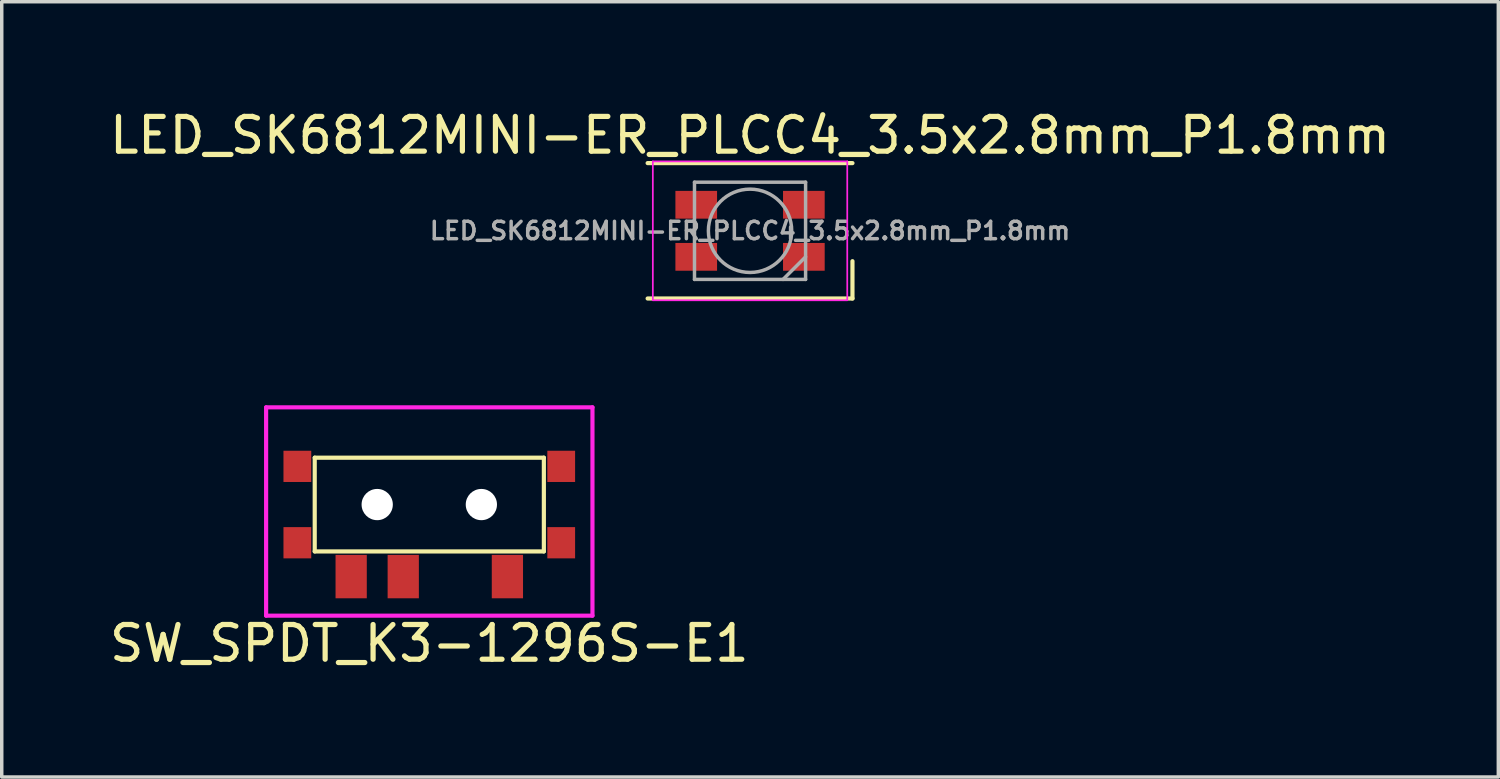
<source format=kicad_pcb>
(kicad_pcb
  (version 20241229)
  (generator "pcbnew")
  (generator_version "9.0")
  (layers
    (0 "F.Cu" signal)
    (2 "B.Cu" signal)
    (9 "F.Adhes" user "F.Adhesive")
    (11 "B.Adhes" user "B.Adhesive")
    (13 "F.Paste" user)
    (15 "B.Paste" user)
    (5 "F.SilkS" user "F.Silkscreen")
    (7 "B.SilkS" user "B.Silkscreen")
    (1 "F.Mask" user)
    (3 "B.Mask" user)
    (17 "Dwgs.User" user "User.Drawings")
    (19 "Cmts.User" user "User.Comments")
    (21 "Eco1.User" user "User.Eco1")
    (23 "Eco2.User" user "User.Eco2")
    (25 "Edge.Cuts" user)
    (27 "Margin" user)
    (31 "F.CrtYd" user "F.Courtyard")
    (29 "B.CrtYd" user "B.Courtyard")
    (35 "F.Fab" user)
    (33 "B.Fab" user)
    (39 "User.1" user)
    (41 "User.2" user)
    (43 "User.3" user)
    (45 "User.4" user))
  (footprint "SW_SPDT_K3-1296S-E1"
    (layer "F.Cu")
    (at 9.315 11.483)
    (property "Reference" "SW_SPDT_K3-1296S-E1" (at 0 4 0) (layer "F.SilkS") (effects (font (size 1 1) (thickness 0.15))))
    (attr through_hole)
    (fp_line (start -3.3 -1.35) (end 3.3 -1.35) (stroke (width 0.12) (type solid)) (layer "F.SilkS"))
    (fp_line (start -3.3 1.35) (end -3.3 -1.35) (stroke (width 0.12) (type solid)) (layer "F.SilkS"))
    (fp_line (start 3.3 -1.35) (end 3.3 1.35) (stroke (width 0.12) (type solid)) (layer "F.SilkS"))
    (fp_line (start 3.3 1.35) (end -3.3 1.35) (stroke (width 0.12) (type solid)) (layer "F.SilkS"))
    (fp_line (start -4.7 -2.8) (end 4.7 -2.8) (stroke (width 0.12) (type solid)) (layer "F.CrtYd"))
    (fp_line (start -4.7 3.2) (end -4.7 -2.8) (stroke (width 0.12) (type solid)) (layer "F.CrtYd"))
    (fp_line (start 4.7 -2.8) (end 4.7 3.2) (stroke (width 0.12) (type solid)) (layer "F.CrtYd"))
    (fp_line (start 4.7 3.2) (end -4.7 3.2) (stroke (width 0.12) (type solid)) (layer "F.CrtYd"))
    (pad "" np_thru_hole circle (at -1.5 0) (size 0.9 0.9) (drill 0.9) (layers "*.Cu" "*.Mask"))
    (pad "" np_thru_hole circle (at 1.5 0) (size 0.9 0.9) (drill 0.9) (layers "*.Cu" "*.Mask"))
    (pad "1" smd rect (at 2.25 2.075) (size 0.9 1.25) (layers "F.Cu" "F.Mask" "F.Paste"))
    (pad "2" smd rect (at -0.75 2.075) (size 0.9 1.25) (layers "F.Cu" "F.Mask" "F.Paste"))
    (pad "3" smd rect (at -2.25 2.075) (size 0.9 1.25) (layers "F.Cu" "F.Mask" "F.Paste"))
    (pad "4" smd rect (at -3.8 -1.1) (size 0.8 0.9) (layers "F.Cu" "F.Mask" "F.Paste"))
    (pad "4" smd rect (at -3.8 1.1) (size 0.8 0.9) (layers "F.Cu" "F.Mask" "F.Paste"))
    (pad "4" smd rect (at 3.8 -1.1) (size 0.8 0.9) (layers "F.Cu" "F.Mask" "F.Paste"))
    (pad "4" smd rect (at 3.8 1.1) (size 0.8 0.9) (layers "F.Cu" "F.Mask" "F.Paste")))
  (footprint "LED_SK6812MINI-ER_PLCC4_3.5x2.8mm_P1.8mm"
    (layer "F.Cu")
    (at 18.554 3.598)
    (property "Reference" "LED_SK6812MINI-ER_PLCC4_3.5x2.8mm_P1.8mm" (at 0 -2.75 0) (layer "F.SilkS") (effects (font (size 1 1) (thickness 0.15))))
    (attr smd)
    (fp_line (start -2.95 -1.95) (end 2.95 -1.95) (stroke (width 0.12) (type solid)) (layer "F.SilkS"))
    (fp_line (start -2.95 1.95) (end 2.95 1.95) (stroke (width 0.12) (type solid)) (layer "F.SilkS"))
    (fp_line (start 2.95 1.95) (end 2.95 0.875) (stroke (width 0.12) (type solid)) (layer "F.SilkS"))
    (fp_line (start -2.8 -2) (end -2.8 2) (stroke (width 0.05) (type solid)) (layer "F.CrtYd"))
    (fp_line (start -2.8 2) (end 2.8 2) (stroke (width 0.05) (type solid)) (layer "F.CrtYd"))
    (fp_line (start 2.8 -2) (end -2.8 -2) (stroke (width 0.05) (type solid)) (layer "F.CrtYd"))
    (fp_line (start 2.8 2) (end 2.8 -2) (stroke (width 0.05) (type solid)) (layer "F.CrtYd"))
    (fp_line (start -1.6 -1.4) (end -1.6 1.4) (stroke (width 0.1) (type solid)) (layer "F.Fab"))
    (fp_line (start -1.6 1.4) (end 1.6 1.4) (stroke (width 0.1) (type solid)) (layer "F.Fab"))
    (fp_line (start 1.6 -1.4) (end -1.6 -1.4) (stroke (width 0.1) (type solid)) (layer "F.Fab"))
    (fp_line (start 1.6 0.75) (end 0.95 1.4) (stroke (width 0.1) (type solid)) (layer "F.Fab"))
    (fp_line (start 1.6 1.4) (end 1.6 -1.4) (stroke (width 0.1) (type solid)) (layer "F.Fab"))
    (fp_circle (center 0 0) (end 1.2 0) (stroke (width 0.1) (type solid)) (fill no) (layer "F.Fab"))
    (fp_text user "${REFERENCE}" (at 0 0 0) (layer "F.Fab") (effects (font (size 0.5 0.5) (thickness 0.1))))
    (pad "1" smd rect (at 1.55 0.75) (size 1.2 0.8) (layers "F.Cu" "F.Mask" "F.Paste"))
    (pad "2" smd rect (at 1.55 -0.75) (size 1.2 0.8) (layers "F.Cu" "F.Mask" "F.Paste"))
    (pad "3" smd rect (at -1.55 -0.75) (size 1.2 0.8) (layers "F.Cu" "F.Mask" "F.Paste"))
    (pad "4" smd rect (at -1.55 0.75) (size 1.2 0.8) (layers "F.Cu" "F.Mask" "F.Paste")))
  (gr_rect
    (start -3 -3)
    (end 40.107 19.331)
    (stroke (width 0.1) (type default))
    (fill no)
    (layer "Edge.Cuts")))
</source>
